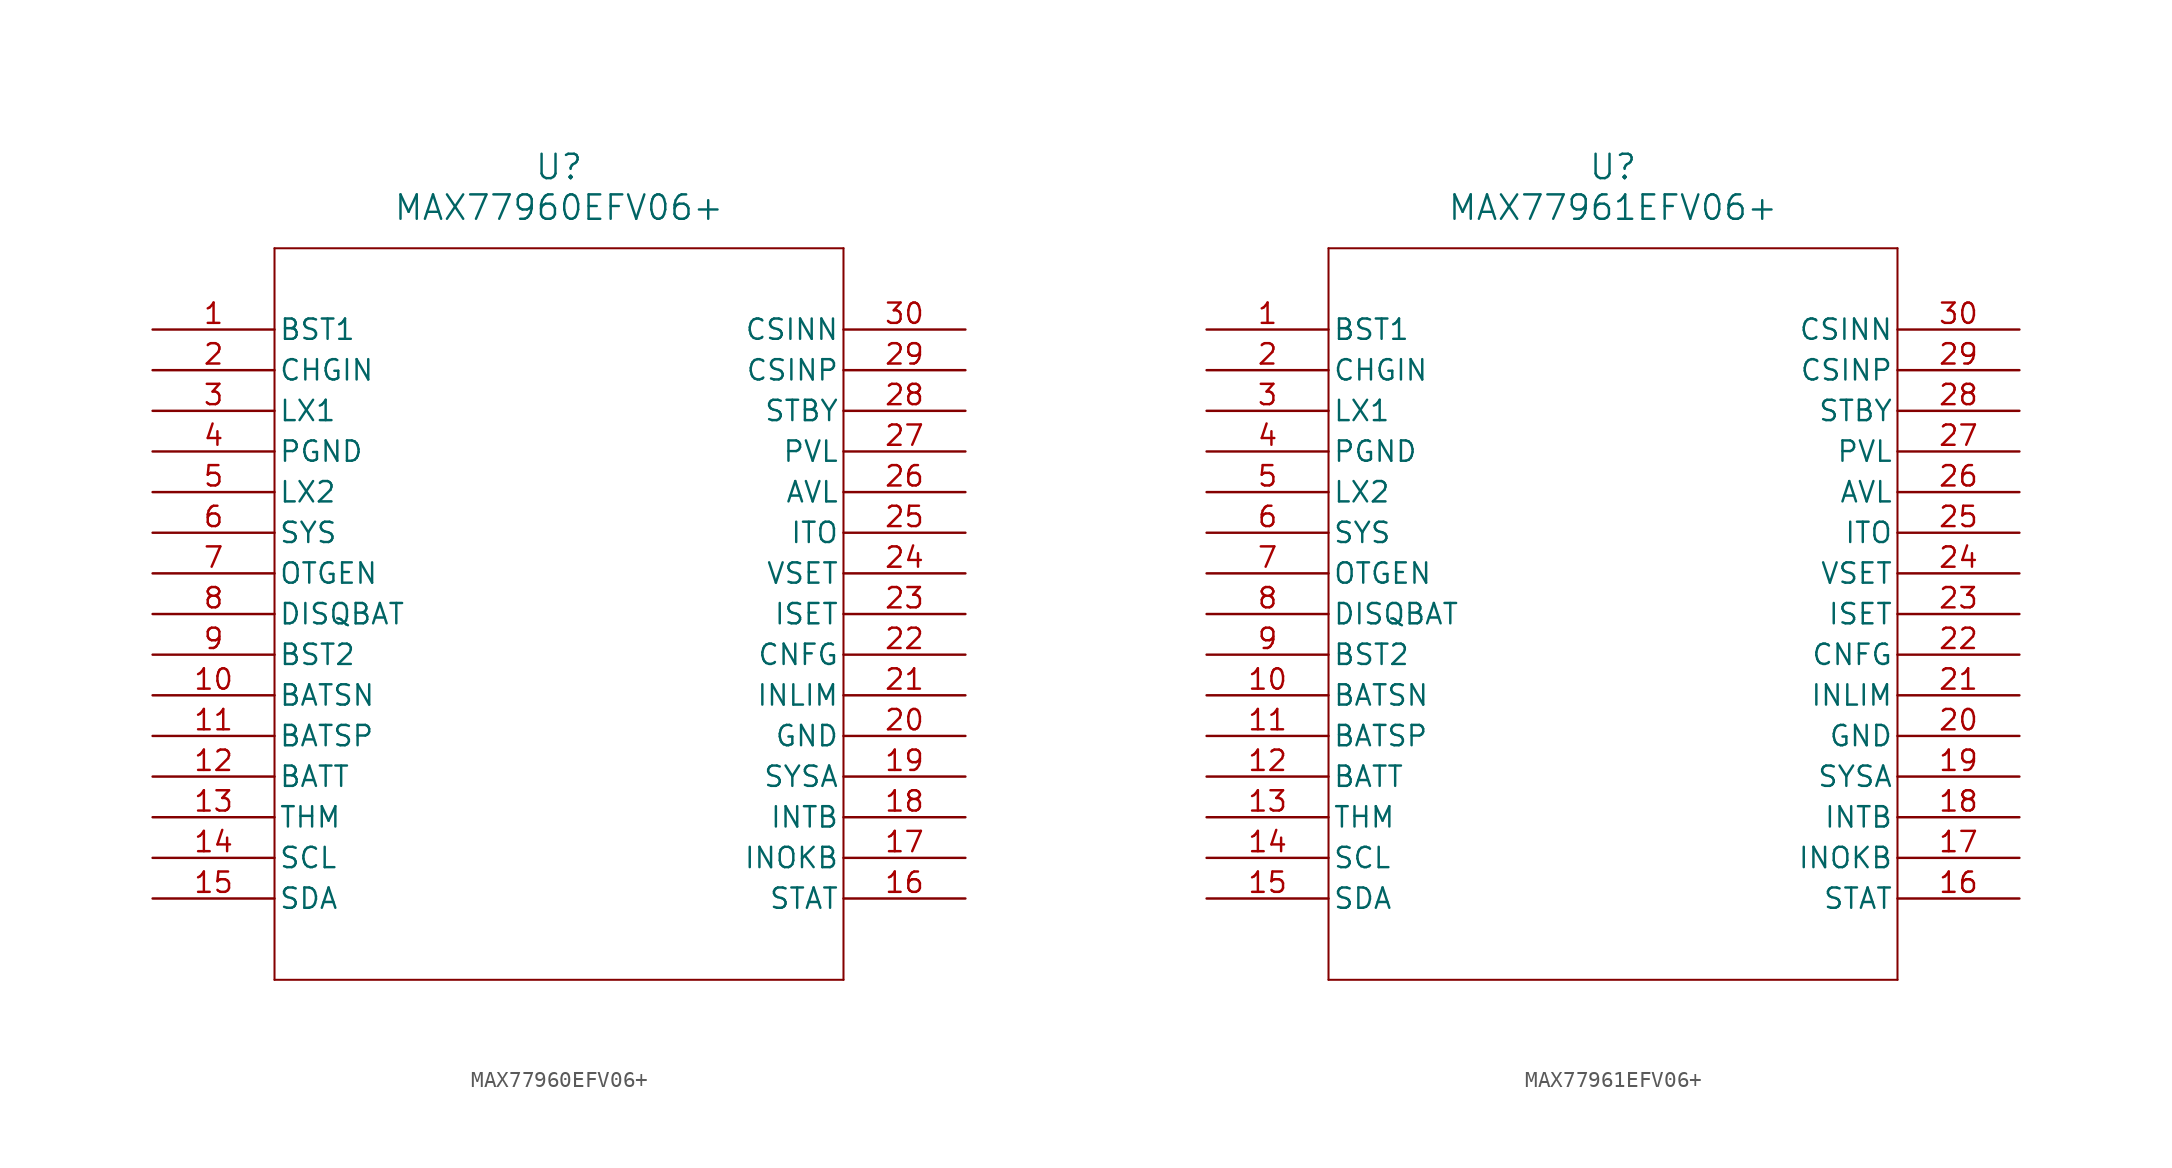
<source format=kicad_sym>
(kicad_symbol_lib
  (version 20241209)
  (generator "kicad_symbol_editor")
  (generator_version "9.0")
  (symbol "MAX77960EFV06+"
    (pin_names
      (offset 0.254))
    (property "Reference" "U"
      (at 25.4 10.16 0)
      (effects (font (size 1.524 1.524))))
    (property "Value" "MAX77960EFV06+"
      (at 25.4 7.62 0)
      (effects (font (size 1.524 1.524))))
    (property "ki_locked" ""
      (at 0 0 0)
      (effects (font (size 1.27 1.27))))
    (symbol "MAX77960EFV06+_0_1"
      (polyline (pts (xy 7.62 5.08) (xy 7.62 -40.64)) (stroke (width 0.127) (type default)) (fill (type none)))
      (polyline (pts (xy 7.62 -40.64) (xy 43.18 -40.64)) (stroke (width 0.127) (type default)) (fill (type none)))
      (polyline (pts (xy 43.18 5.08) (xy 7.62 5.08)) (stroke (width 0.127) (type default)) (fill (type none)))
      (polyline (pts (xy 43.18 -40.64) (xy 43.18 5.08)) (stroke (width 0.127) (type default)) (fill (type none)))
      (pin power_in line (at 0 0 0) (length 7.62) (name "BST1" (effects (font (size 1.27 1.27)))) (number "1" (effects (font (size 1.27 1.27)))))
      (pin bidirectional line (at 0 -2.54 0) (length 7.62) (name "CHGIN" (effects (font (size 1.27 1.27)))) (number "2" (effects (font (size 1.27 1.27)))))
      (pin unspecified line (at 0 -5.08 0) (length 7.62) (name "LX1" (effects (font (size 1.27 1.27)))) (number "3" (effects (font (size 1.27 1.27)))))
      (pin power_in line (at 0 -7.62 0) (length 7.62) (name "PGND" (effects (font (size 1.27 1.27)))) (number "4" (effects (font (size 1.27 1.27)))))
      (pin unspecified line (at 0 -10.16 0) (length 7.62) (name "LX2" (effects (font (size 1.27 1.27)))) (number "5" (effects (font (size 1.27 1.27)))))
      (pin power_in line (at 0 -12.7 0) (length 7.62) (name "SYS" (effects (font (size 1.27 1.27)))) (number "6" (effects (font (size 1.27 1.27)))))
      (pin input line (at 0 -15.24 0) (length 7.62) (name "OTGEN" (effects (font (size 1.27 1.27)))) (number "7" (effects (font (size 1.27 1.27)))))
      (pin input line (at 0 -17.78 0) (length 7.62) (name "DISQBAT" (effects (font (size 1.27 1.27)))) (number "8" (effects (font (size 1.27 1.27)))))
      (pin power_in line (at 0 -20.32 0) (length 7.62) (name "BST2" (effects (font (size 1.27 1.27)))) (number "9" (effects (font (size 1.27 1.27)))))
      (pin input line (at 0 -22.86 0) (length 7.62) (name "BATSN" (effects (font (size 1.27 1.27)))) (number "10" (effects (font (size 1.27 1.27)))))
      (pin input line (at 0 -25.4 0) (length 7.62) (name "BATSP" (effects (font (size 1.27 1.27)))) (number "11" (effects (font (size 1.27 1.27)))))
      (pin power_in line (at 0 -27.94 0) (length 7.62) (name "BATT" (effects (font (size 1.27 1.27)))) (number "12" (effects (font (size 1.27 1.27)))))
      (pin input line (at 0 -30.48 0) (length 7.62) (name "THM" (effects (font (size 1.27 1.27)))) (number "13" (effects (font (size 1.27 1.27)))))
      (pin input line (at 0 -33.02 0) (length 7.62) (name "SCL" (effects (font (size 1.27 1.27)))) (number "14" (effects (font (size 1.27 1.27)))))
      (pin output line (at 0 -35.56 0) (length 7.62) (name "SDA" (effects (font (size 1.27 1.27)))) (number "15" (effects (font (size 1.27 1.27)))))
      (pin input line (at 50.8 0 180) (length 7.62) (name "CSINN" (effects (font (size 1.27 1.27)))) (number "30" (effects (font (size 1.27 1.27)))))
      (pin input line (at 50.8 -2.54 180) (length 7.62) (name "CSINP" (effects (font (size 1.27 1.27)))) (number "29" (effects (font (size 1.27 1.27)))))
      (pin input line (at 50.8 -5.08 180) (length 7.62) (name "STBY" (effects (font (size 1.27 1.27)))) (number "28" (effects (font (size 1.27 1.27)))))
      (pin output line (at 50.8 -7.62 180) (length 7.62) (name "PVL" (effects (font (size 1.27 1.27)))) (number "27" (effects (font (size 1.27 1.27)))))
      (pin power_in line (at 50.8 -10.16 180) (length 7.62) (name "AVL" (effects (font (size 1.27 1.27)))) (number "26" (effects (font (size 1.27 1.27)))))
      (pin input line (at 50.8 -12.7 180) (length 7.62) (name "ITO" (effects (font (size 1.27 1.27)))) (number "25" (effects (font (size 1.27 1.27)))))
      (pin input line (at 50.8 -15.24 180) (length 7.62) (name "VSET" (effects (font (size 1.27 1.27)))) (number "24" (effects (font (size 1.27 1.27)))))
      (pin input line (at 50.8 -17.78 180) (length 7.62) (name "ISET" (effects (font (size 1.27 1.27)))) (number "23" (effects (font (size 1.27 1.27)))))
      (pin input line (at 50.8 -20.32 180) (length 7.62) (name "CNFG" (effects (font (size 1.27 1.27)))) (number "22" (effects (font (size 1.27 1.27)))))
      (pin input line (at 50.8 -22.86 180) (length 7.62) (name "INLIM" (effects (font (size 1.27 1.27)))) (number "21" (effects (font (size 1.27 1.27)))))
      (pin power_out line (at 50.8 -25.4 180) (length 7.62) (name "GND" (effects (font (size 1.27 1.27)))) (number "20" (effects (font (size 1.27 1.27)))))
      (pin input line (at 50.8 -27.94 180) (length 7.62) (name "SYSA" (effects (font (size 1.27 1.27)))) (number "19" (effects (font (size 1.27 1.27)))))
      (pin output line (at 50.8 -30.48 180) (length 7.62) (name "INTB" (effects (font (size 1.27 1.27)))) (number "18" (effects (font (size 1.27 1.27)))))
      (pin output line (at 50.8 -33.02 180) (length 7.62) (name "INOKB" (effects (font (size 1.27 1.27)))) (number "17" (effects (font (size 1.27 1.27)))))
      (pin output line (at 50.8 -35.56 180) (length 7.62) (name "STAT" (effects (font (size 1.27 1.27)))) (number "16" (effects (font (size 1.27 1.27)))))))
  (symbol "MAX77961EFV06+"
    (pin_names
      (offset 0.254))
    (property "Reference" "U"
      (at 25.4 10.16 0)
      (effects (font (size 1.524 1.524))))
    (property "Value" "MAX77961EFV06+"
      (at 25.4 7.62 0)
      (effects (font (size 1.524 1.524))))
    (property "ki_locked" ""
      (at 0 0 0)
      (effects (font (size 1.27 1.27))))
    (symbol "MAX77961EFV06+_0_1"
      (polyline (pts (xy 7.62 5.08) (xy 7.62 -40.64)) (stroke (width 0.127) (type default)) (fill (type none)))
      (polyline (pts (xy 7.62 -40.64) (xy 43.18 -40.64)) (stroke (width 0.127) (type default)) (fill (type none)))
      (polyline (pts (xy 43.18 5.08) (xy 7.62 5.08)) (stroke (width 0.127) (type default)) (fill (type none)))
      (polyline (pts (xy 43.18 -40.64) (xy 43.18 5.08)) (stroke (width 0.127) (type default)) (fill (type none)))
      (pin power_in line (at 0 0 0) (length 7.62) (name "BST1" (effects (font (size 1.27 1.27)))) (number "1" (effects (font (size 1.27 1.27)))))
      (pin bidirectional line (at 0 -2.54 0) (length 7.62) (name "CHGIN" (effects (font (size 1.27 1.27)))) (number "2" (effects (font (size 1.27 1.27)))))
      (pin unspecified line (at 0 -5.08 0) (length 7.62) (name "LX1" (effects (font (size 1.27 1.27)))) (number "3" (effects (font (size 1.27 1.27)))))
      (pin power_in line (at 0 -7.62 0) (length 7.62) (name "PGND" (effects (font (size 1.27 1.27)))) (number "4" (effects (font (size 1.27 1.27)))))
      (pin unspecified line (at 0 -10.16 0) (length 7.62) (name "LX2" (effects (font (size 1.27 1.27)))) (number "5" (effects (font (size 1.27 1.27)))))
      (pin power_in line (at 0 -12.7 0) (length 7.62) (name "SYS" (effects (font (size 1.27 1.27)))) (number "6" (effects (font (size 1.27 1.27)))))
      (pin input line (at 0 -15.24 0) (length 7.62) (name "OTGEN" (effects (font (size 1.27 1.27)))) (number "7" (effects (font (size 1.27 1.27)))))
      (pin input line (at 0 -17.78 0) (length 7.62) (name "DISQBAT" (effects (font (size 1.27 1.27)))) (number "8" (effects (font (size 1.27 1.27)))))
      (pin power_in line (at 0 -20.32 0) (length 7.62) (name "BST2" (effects (font (size 1.27 1.27)))) (number "9" (effects (font (size 1.27 1.27)))))
      (pin input line (at 0 -22.86 0) (length 7.62) (name "BATSN" (effects (font (size 1.27 1.27)))) (number "10" (effects (font (size 1.27 1.27)))))
      (pin input line (at 0 -25.4 0) (length 7.62) (name "BATSP" (effects (font (size 1.27 1.27)))) (number "11" (effects (font (size 1.27 1.27)))))
      (pin power_in line (at 0 -27.94 0) (length 7.62) (name "BATT" (effects (font (size 1.27 1.27)))) (number "12" (effects (font (size 1.27 1.27)))))
      (pin input line (at 0 -30.48 0) (length 7.62) (name "THM" (effects (font (size 1.27 1.27)))) (number "13" (effects (font (size 1.27 1.27)))))
      (pin input line (at 0 -33.02 0) (length 7.62) (name "SCL" (effects (font (size 1.27 1.27)))) (number "14" (effects (font (size 1.27 1.27)))))
      (pin output line (at 0 -35.56 0) (length 7.62) (name "SDA" (effects (font (size 1.27 1.27)))) (number "15" (effects (font (size 1.27 1.27)))))
      (pin input line (at 50.8 0 180) (length 7.62) (name "CSINN" (effects (font (size 1.27 1.27)))) (number "30" (effects (font (size 1.27 1.27)))))
      (pin input line (at 50.8 -2.54 180) (length 7.62) (name "CSINP" (effects (font (size 1.27 1.27)))) (number "29" (effects (font (size 1.27 1.27)))))
      (pin input line (at 50.8 -5.08 180) (length 7.62) (name "STBY" (effects (font (size 1.27 1.27)))) (number "28" (effects (font (size 1.27 1.27)))))
      (pin output line (at 50.8 -7.62 180) (length 7.62) (name "PVL" (effects (font (size 1.27 1.27)))) (number "27" (effects (font (size 1.27 1.27)))))
      (pin power_in line (at 50.8 -10.16 180) (length 7.62) (name "AVL" (effects (font (size 1.27 1.27)))) (number "26" (effects (font (size 1.27 1.27)))))
      (pin input line (at 50.8 -12.7 180) (length 7.62) (name "ITO" (effects (font (size 1.27 1.27)))) (number "25" (effects (font (size 1.27 1.27)))))
      (pin input line (at 50.8 -15.24 180) (length 7.62) (name "VSET" (effects (font (size 1.27 1.27)))) (number "24" (effects (font (size 1.27 1.27)))))
      (pin input line (at 50.8 -17.78 180) (length 7.62) (name "ISET" (effects (font (size 1.27 1.27)))) (number "23" (effects (font (size 1.27 1.27)))))
      (pin input line (at 50.8 -20.32 180) (length 7.62) (name "CNFG" (effects (font (size 1.27 1.27)))) (number "22" (effects (font (size 1.27 1.27)))))
      (pin input line (at 50.8 -22.86 180) (length 7.62) (name "INLIM" (effects (font (size 1.27 1.27)))) (number "21" (effects (font (size 1.27 1.27)))))
      (pin power_out line (at 50.8 -25.4 180) (length 7.62) (name "GND" (effects (font (size 1.27 1.27)))) (number "20" (effects (font (size 1.27 1.27)))))
      (pin input line (at 50.8 -27.94 180) (length 7.62) (name "SYSA" (effects (font (size 1.27 1.27)))) (number "19" (effects (font (size 1.27 1.27)))))
      (pin output line (at 50.8 -30.48 180) (length 7.62) (name "INTB" (effects (font (size 1.27 1.27)))) (number "18" (effects (font (size 1.27 1.27)))))
      (pin output line (at 50.8 -33.02 180) (length 7.62) (name "INOKB" (effects (font (size 1.27 1.27)))) (number "17" (effects (font (size 1.27 1.27)))))
      (pin output line (at 50.8 -35.56 180) (length 7.62) (name "STAT" (effects (font (size 1.27 1.27)))) (number "16" (effects (font (size 1.27 1.27))))))))
</source>
